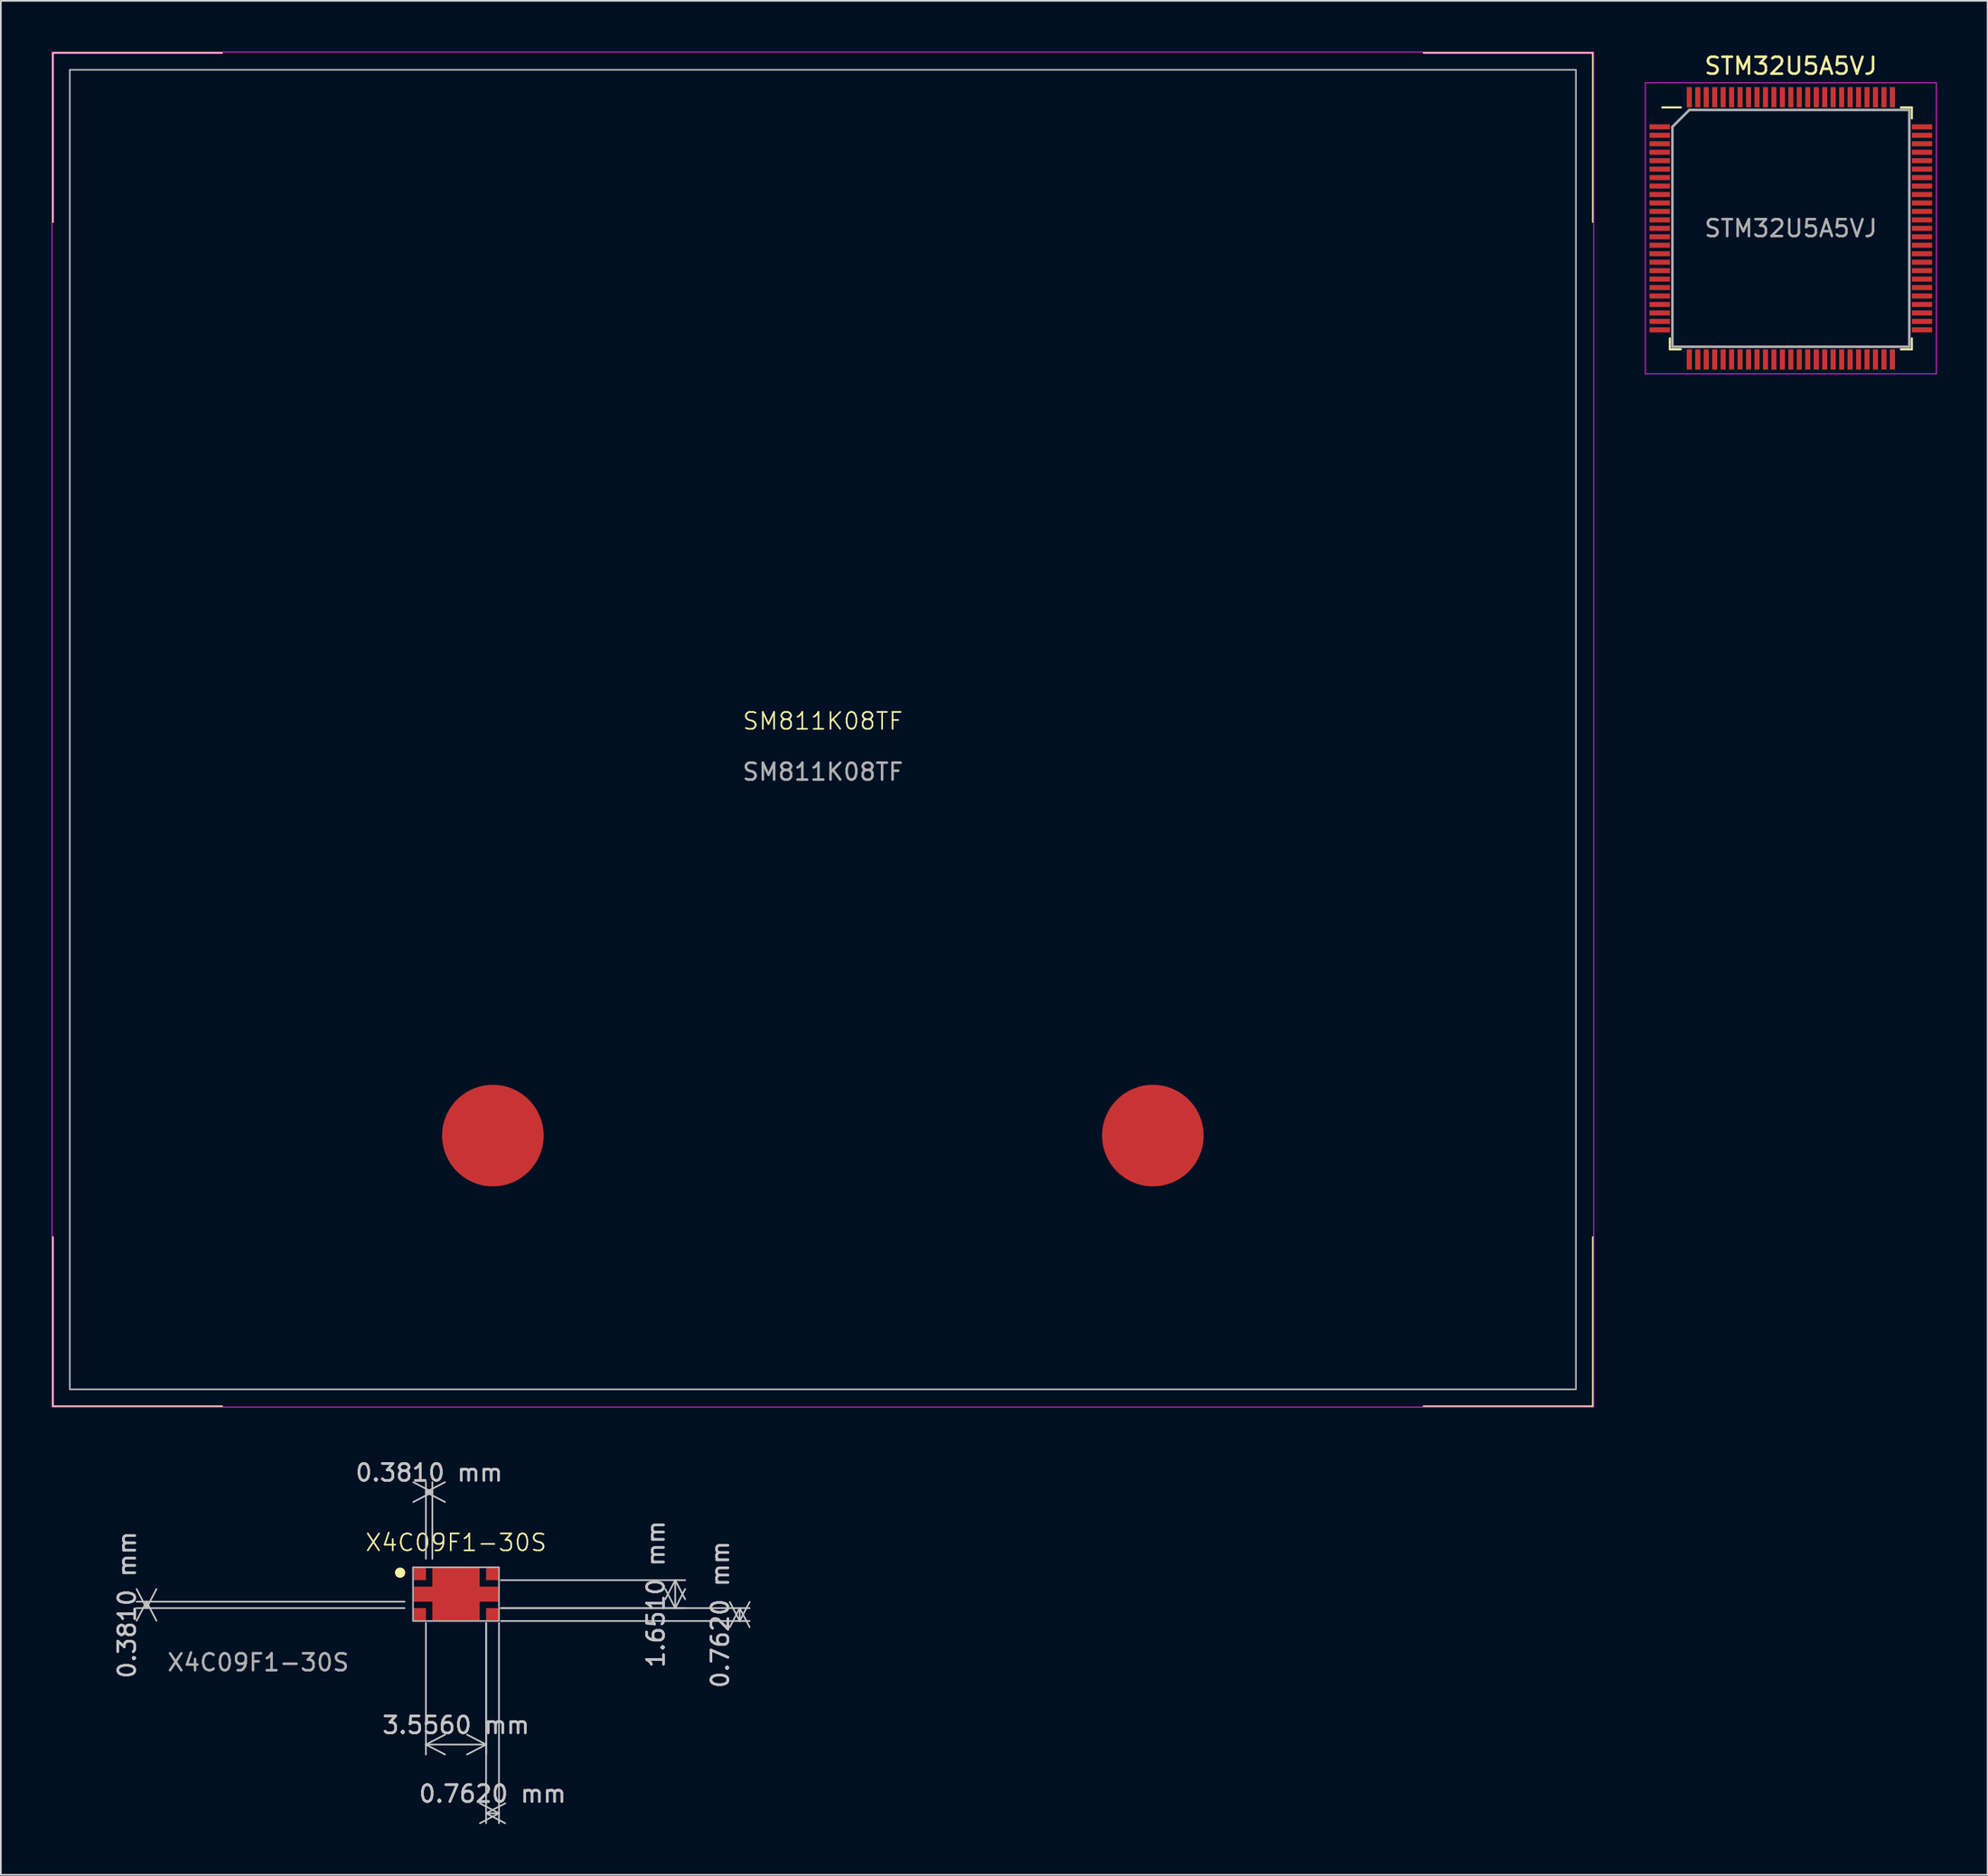
<source format=kicad_pcb>
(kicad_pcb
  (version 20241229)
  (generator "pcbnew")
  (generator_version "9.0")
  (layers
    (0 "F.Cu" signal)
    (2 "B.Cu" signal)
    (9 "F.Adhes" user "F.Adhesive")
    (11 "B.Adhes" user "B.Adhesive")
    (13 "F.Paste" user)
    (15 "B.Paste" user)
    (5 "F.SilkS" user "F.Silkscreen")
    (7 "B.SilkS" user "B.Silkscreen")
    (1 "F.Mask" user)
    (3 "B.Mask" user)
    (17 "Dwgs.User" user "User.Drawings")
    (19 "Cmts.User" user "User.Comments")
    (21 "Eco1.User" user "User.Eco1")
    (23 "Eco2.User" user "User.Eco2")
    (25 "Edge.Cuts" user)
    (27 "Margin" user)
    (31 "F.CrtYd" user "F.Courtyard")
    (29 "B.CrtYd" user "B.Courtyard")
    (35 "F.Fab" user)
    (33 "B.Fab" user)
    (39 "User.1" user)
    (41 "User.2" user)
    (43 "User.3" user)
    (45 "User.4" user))
  (footprint "STM32U5A5VJ"
    (layer "F.Cu")
    (at 102.775 10.448)
    (property "Reference" "STM32U5A5VJ" (at 0 -9.6 0) (layer "F.SilkS") (effects (font (size 1 1) (thickness 0.15))))
    (attr smd)
    (fp_line (start -7.15 7.15) (end -7.15 6.5) (stroke (width 0.12) (type default)) (layer "F.SilkS"))
    (fp_line (start -6.5 -7.15) (end -7.6 -7.15) (stroke (width 0.12) (type default)) (layer "F.SilkS"))
    (fp_line (start -6.5 7.15) (end -7.15 7.15) (stroke (width 0.12) (type default)) (layer "F.SilkS"))
    (fp_line (start 6.5 -7.15) (end 7.15 -7.15) (stroke (width 0.12) (type default)) (layer "F.SilkS"))
    (fp_line (start 6.5 7.15) (end 7.15 7.15) (stroke (width 0.12) (type default)) (layer "F.SilkS"))
    (fp_line (start 7.15 -7.15) (end 7.15 -6.5) (stroke (width 0.12) (type default)) (layer "F.SilkS"))
    (fp_line (start 7.15 7.15) (end 7.15 6.5) (stroke (width 0.12) (type default)) (layer "F.SilkS"))
    (fp_line (start -8.6 -8.6) (end 8.6 -8.6) (stroke (width 0.05) (type default)) (layer "F.CrtYd"))
    (fp_line (start -8.6 8.6) (end -8.6 -8.6) (stroke (width 0.05) (type default)) (layer "F.CrtYd"))
    (fp_line (start 8.6 -8.6) (end 8.6 8.6) (stroke (width 0.05) (type default)) (layer "F.CrtYd"))
    (fp_line (start 8.6 8.6) (end -8.6 8.6) (stroke (width 0.05) (type default)) (layer "F.CrtYd"))
    (fp_line (start -7 -6) (end -7 7) (stroke (width 0.15) (type default)) (layer "F.Fab"))
    (fp_line (start -7 7) (end 7 7) (stroke (width 0.15) (type default)) (layer "F.Fab"))
    (fp_line (start -6 -7) (end -7 -6) (stroke (width 0.15) (type default)) (layer "F.Fab"))
    (fp_line (start 7 -7) (end -6 -7) (stroke (width 0.15) (type default)) (layer "F.Fab"))
    (fp_line (start 7 7) (end 7 -7) (stroke (width 0.15) (type default)) (layer "F.Fab"))
    (fp_text user "${REFERENCE}" (at 0 0 0) (layer "F.Fab") (effects (font (size 1 1) (thickness 0.15))))
    (pad "1" smd rect (at -7.75 -6 90) (size 0.3 1.2) (layers "F.Cu" "F.Mask" "F.Paste"))
    (pad "2" smd rect (at -7.75 -5.5 90) (size 0.3 1.2) (layers "F.Cu" "F.Mask" "F.Paste"))
    (pad "3" smd rect (at -7.75 -5 90) (size 0.3 1.2) (layers "F.Cu" "F.Mask" "F.Paste"))
    (pad "4" smd rect (at -7.75 -4.5 90) (size 0.3 1.2) (layers "F.Cu" "F.Mask" "F.Paste"))
    (pad "5" smd rect (at -7.75 -4 90) (size 0.3 1.2) (layers "F.Cu" "F.Mask" "F.Paste"))
    (pad "6" smd rect (at -7.75 -3.5 90) (size 0.3 1.2) (layers "F.Cu" "F.Mask" "F.Paste"))
    (pad "7" smd rect (at -7.75 -3 90) (size 0.3 1.2) (layers "F.Cu" "F.Mask" "F.Paste"))
    (pad "8" smd rect (at -7.75 -2.5 90) (size 0.3 1.2) (layers "F.Cu" "F.Mask" "F.Paste"))
    (pad "9" smd rect (at -7.75 -2 90) (size 0.3 1.2) (layers "F.Cu" "F.Mask" "F.Paste"))
    (pad "10" smd rect (at -7.75 -1.5 90) (size 0.3 1.2) (layers "F.Cu" "F.Mask" "F.Paste"))
    (pad "11" smd rect (at -7.75 -1 90) (size 0.3 1.2) (layers "F.Cu" "F.Mask" "F.Paste"))
    (pad "12" smd rect (at -7.75 -0.5 90) (size 0.3 1.2) (layers "F.Cu" "F.Mask" "F.Paste"))
    (pad "13" smd rect (at -7.75 0 90) (size 0.3 1.2) (layers "F.Cu" "F.Mask" "F.Paste"))
    (pad "14" smd rect (at -7.75 0.5 90) (size 0.3 1.2) (layers "F.Cu" "F.Mask" "F.Paste"))
    (pad "15" smd rect (at -7.75 1 90) (size 0.3 1.2) (layers "F.Cu" "F.Mask" "F.Paste"))
    (pad "16" smd rect (at -7.75 1.5 90) (size 0.3 1.2) (layers "F.Cu" "F.Mask" "F.Paste"))
    (pad "17" smd rect (at -7.75 2 90) (size 0.3 1.2) (layers "F.Cu" "F.Mask" "F.Paste"))
    (pad "18" smd rect (at -7.75 2.5 90) (size 0.3 1.2) (layers "F.Cu" "F.Mask" "F.Paste"))
    (pad "19" smd rect (at -7.75 3 90) (size 0.3 1.2) (layers "F.Cu" "F.Mask" "F.Paste"))
    (pad "20" smd rect (at -7.75 3.5 90) (size 0.3 1.2) (layers "F.Cu" "F.Mask" "F.Paste"))
    (pad "21" smd rect (at -7.75 4 90) (size 0.3 1.2) (layers "F.Cu" "F.Mask" "F.Paste"))
    (pad "22" smd rect (at -7.75 4.5 90) (size 0.3 1.2) (layers "F.Cu" "F.Mask" "F.Paste"))
    (pad "23" smd rect (at -7.75 5 90) (size 0.3 1.2) (layers "F.Cu" "F.Mask" "F.Paste"))
    (pad "24" smd rect (at -7.75 5.5 90) (size 0.3 1.2) (layers "F.Cu" "F.Mask" "F.Paste"))
    (pad "25" smd rect (at -7.75 6 90) (size 0.3 1.2) (layers "F.Cu" "F.Mask" "F.Paste"))
    (pad "26" smd rect (at -6 7.75) (size 0.3 1.2) (layers "F.Cu" "F.Mask" "F.Paste"))
    (pad "27" smd rect (at -5.5 7.75) (size 0.3 1.2) (layers "F.Cu" "F.Mask" "F.Paste"))
    (pad "28" smd rect (at -5 7.75) (size 0.3 1.2) (layers "F.Cu" "F.Mask" "F.Paste"))
    (pad "29" smd rect (at -4.5 7.75) (size 0.3 1.2) (layers "F.Cu" "F.Mask" "F.Paste"))
    (pad "30" smd rect (at -4 7.75) (size 0.3 1.2) (layers "F.Cu" "F.Mask" "F.Paste"))
    (pad "31" smd rect (at -3.5 7.75) (size 0.3 1.2) (layers "F.Cu" "F.Mask" "F.Paste"))
    (pad "32" smd rect (at -3 7.75) (size 0.3 1.2) (layers "F.Cu" "F.Mask" "F.Paste"))
    (pad "33" smd rect (at -2.5 7.75) (size 0.3 1.2) (layers "F.Cu" "F.Mask" "F.Paste"))
    (pad "34" smd rect (at -2 7.75) (size 0.3 1.2) (layers "F.Cu" "F.Mask" "F.Paste"))
    (pad "35" smd rect (at -1.5 7.75) (size 0.3 1.2) (layers "F.Cu" "F.Mask" "F.Paste"))
    (pad "36" smd rect (at -1 7.75) (size 0.3 1.2) (layers "F.Cu" "F.Mask" "F.Paste"))
    (pad "37" smd rect (at -0.5 7.75) (size 0.3 1.2) (layers "F.Cu" "F.Mask" "F.Paste"))
    (pad "38" smd rect (at 0 7.75) (size 0.3 1.2) (layers "F.Cu" "F.Mask" "F.Paste"))
    (pad "39" smd rect (at 0.5 7.75) (size 0.3 1.2) (layers "F.Cu" "F.Mask" "F.Paste"))
    (pad "40" smd rect (at 1 7.75) (size 0.3 1.2) (layers "F.Cu" "F.Mask" "F.Paste"))
    (pad "41" smd rect (at 1.5 7.75) (size 0.3 1.2) (layers "F.Cu" "F.Mask" "F.Paste"))
    (pad "42" smd rect (at 2 7.75) (size 0.3 1.2) (layers "F.Cu" "F.Mask" "F.Paste"))
    (pad "43" smd rect (at 2.5 7.75) (size 0.3 1.2) (layers "F.Cu" "F.Mask" "F.Paste"))
    (pad "44" smd rect (at 3 7.75) (size 0.3 1.2) (layers "F.Cu" "F.Mask" "F.Paste"))
    (pad "45" smd rect (at 3.5 7.75) (size 0.3 1.2) (layers "F.Cu" "F.Mask" "F.Paste"))
    (pad "46" smd rect (at 4 7.75) (size 0.3 1.2) (layers "F.Cu" "F.Mask" "F.Paste"))
    (pad "47" smd rect (at 4.5 7.75) (size 0.3 1.2) (layers "F.Cu" "F.Mask" "F.Paste"))
    (pad "48" smd rect (at 5 7.75) (size 0.3 1.2) (layers "F.Cu" "F.Mask" "F.Paste"))
    (pad "49" smd rect (at 5.5 7.75) (size 0.3 1.2) (layers "F.Cu" "F.Mask" "F.Paste"))
    (pad "50" smd rect (at 6 7.75) (size 0.3 1.2) (layers "F.Cu" "F.Mask" "F.Paste"))
    (pad "51" smd rect (at 7.75 6 90) (size 0.3 1.2) (layers "F.Cu" "F.Mask" "F.Paste"))
    (pad "52" smd rect (at 7.75 5.5 90) (size 0.3 1.2) (layers "F.Cu" "F.Mask" "F.Paste"))
    (pad "53" smd rect (at 7.75 5 90) (size 0.3 1.2) (layers "F.Cu" "F.Mask" "F.Paste"))
    (pad "54" smd rect (at 7.75 4.5 90) (size 0.3 1.2) (layers "F.Cu" "F.Mask" "F.Paste"))
    (pad "55" smd rect (at 7.75 4 90) (size 0.3 1.2) (layers "F.Cu" "F.Mask" "F.Paste"))
    (pad "56" smd rect (at 7.75 3.5 90) (size 0.3 1.2) (layers "F.Cu" "F.Mask" "F.Paste"))
    (pad "57" smd rect (at 7.75 3 90) (size 0.3 1.2) (layers "F.Cu" "F.Mask" "F.Paste"))
    (pad "58" smd rect (at 7.75 2.5 90) (size 0.3 1.2) (layers "F.Cu" "F.Mask" "F.Paste"))
    (pad "59" smd rect (at 7.75 2 90) (size 0.3 1.2) (layers "F.Cu" "F.Mask" "F.Paste"))
    (pad "60" smd rect (at 7.75 1.5 90) (size 0.3 1.2) (layers "F.Cu" "F.Mask" "F.Paste"))
    (pad "61" smd rect (at 7.75 1 90) (size 0.3 1.2) (layers "F.Cu" "F.Mask" "F.Paste"))
    (pad "62" smd rect (at 7.75 0.5 90) (size 0.3 1.2) (layers "F.Cu" "F.Mask" "F.Paste"))
    (pad "63" smd rect (at 7.75 0 90) (size 0.3 1.2) (layers "F.Cu" "F.Mask" "F.Paste"))
    (pad "64" smd rect (at 7.75 -0.5 90) (size 0.3 1.2) (layers "F.Cu" "F.Mask" "F.Paste"))
    (pad "65" smd rect (at 7.75 -1 90) (size 0.3 1.2) (layers "F.Cu" "F.Mask" "F.Paste"))
    (pad "66" smd rect (at 7.75 -1.5 90) (size 0.3 1.2) (layers "F.Cu" "F.Mask" "F.Paste"))
    (pad "67" smd rect (at 7.75 -2 90) (size 0.3 1.2) (layers "F.Cu" "F.Mask" "F.Paste"))
    (pad "68" smd rect (at 7.75 -2.5 90) (size 0.3 1.2) (layers "F.Cu" "F.Mask" "F.Paste"))
    (pad "69" smd rect (at 7.75 -3 90) (size 0.3 1.2) (layers "F.Cu" "F.Mask" "F.Paste"))
    (pad "70" smd rect (at 7.75 -3.5 90) (size 0.3 1.2) (layers "F.Cu" "F.Mask" "F.Paste"))
    (pad "71" smd rect (at 7.75 -4 90) (size 0.3 1.2) (layers "F.Cu" "F.Mask" "F.Paste"))
    (pad "72" smd rect (at 7.75 -4.5 90) (size 0.3 1.2) (layers "F.Cu" "F.Mask" "F.Paste"))
    (pad "73" smd rect (at 7.75 -5 90) (size 0.3 1.2) (layers "F.Cu" "F.Mask" "F.Paste"))
    (pad "74" smd rect (at 7.75 -5.5 90) (size 0.3 1.2) (layers "F.Cu" "F.Mask" "F.Paste"))
    (pad "75" smd rect (at 7.75 -6 90) (size 0.3 1.2) (layers "F.Cu" "F.Mask" "F.Paste"))
    (pad "76" smd rect (at 6 -7.75) (size 0.3 1.2) (layers "F.Cu" "F.Mask" "F.Paste"))
    (pad "77" smd rect (at 5.5 -7.75) (size 0.3 1.2) (layers "F.Cu" "F.Mask" "F.Paste"))
    (pad "78" smd rect (at 5 -7.75) (size 0.3 1.2) (layers "F.Cu" "F.Mask" "F.Paste"))
    (pad "79" smd rect (at 4.5 -7.75) (size 0.3 1.2) (layers "F.Cu" "F.Mask" "F.Paste"))
    (pad "80" smd rect (at 4 -7.75) (size 0.3 1.2) (layers "F.Cu" "F.Mask" "F.Paste"))
    (pad "81" smd rect (at 3.5 -7.75) (size 0.3 1.2) (layers "F.Cu" "F.Mask" "F.Paste"))
    (pad "82" smd rect (at 3 -7.75) (size 0.3 1.2) (layers "F.Cu" "F.Mask" "F.Paste"))
    (pad "83" smd rect (at 2.5 -7.75) (size 0.3 1.2) (layers "F.Cu" "F.Mask" "F.Paste"))
    (pad "84" smd rect (at 2 -7.75) (size 0.3 1.2) (layers "F.Cu" "F.Mask" "F.Paste"))
    (pad "85" smd rect (at 1.5 -7.75) (size 0.3 1.2) (layers "F.Cu" "F.Mask" "F.Paste"))
    (pad "86" smd rect (at 1 -7.75) (size 0.3 1.2) (layers "F.Cu" "F.Mask" "F.Paste"))
    (pad "87" smd rect (at 0.5 -7.75) (size 0.3 1.2) (layers "F.Cu" "F.Mask" "F.Paste"))
    (pad "88" smd rect (at 0 -7.75) (size 0.3 1.2) (layers "F.Cu" "F.Mask" "F.Paste"))
    (pad "89" smd rect (at -0.5 -7.75) (size 0.3 1.2) (layers "F.Cu" "F.Mask" "F.Paste"))
    (pad "90" smd rect (at -1 -7.75) (size 0.3 1.2) (layers "F.Cu" "F.Mask" "F.Paste"))
    (pad "91" smd rect (at -1.5 -7.75) (size 0.3 1.2) (layers "F.Cu" "F.Mask" "F.Paste"))
    (pad "92" smd rect (at -2 -7.75) (size 0.3 1.2) (layers "F.Cu" "F.Mask" "F.Paste"))
    (pad "93" smd rect (at -2.5 -7.75) (size 0.3 1.2) (layers "F.Cu" "F.Mask" "F.Paste"))
    (pad "94" smd rect (at -3 -7.75) (size 0.3 1.2) (layers "F.Cu" "F.Mask" "F.Paste"))
    (pad "95" smd rect (at -3.5 -7.75) (size 0.3 1.2) (layers "F.Cu" "F.Mask" "F.Paste"))
    (pad "96" smd rect (at -4 -7.75) (size 0.3 1.2) (layers "F.Cu" "F.Mask" "F.Paste"))
    (pad "97" smd rect (at -4.5 -7.75) (size 0.3 1.2) (layers "F.Cu" "F.Mask" "F.Paste"))
    (pad "98" smd rect (at -5 -7.75) (size 0.3 1.2) (layers "F.Cu" "F.Mask" "F.Paste"))
    (pad "99" smd rect (at -5.5 -7.75) (size 0.3 1.2) (layers "F.Cu" "F.Mask" "F.Paste"))
    (pad "100" smd rect (at -6 -7.75) (size 0.3 1.2) (layers "F.Cu" "F.Mask" "F.Paste")))
  (footprint "SM811K08TF"
    (layer "F.Cu")
    (at 45.575 40.075)
    (property "Reference" "SM811K08TF" (at 0 -0.5 0) (unlocked yes) (layer "F.SilkS") (effects (font (size 1 1) (thickness 0.1))))
    (attr smd)
    (fp_line (start -45.5 -40) (end -45.5 -30) (stroke (width 0.1) (type default)) (layer "F.SilkS"))
    (fp_line (start -45.5 -40) (end -35.5 -40) (stroke (width 0.1) (type default)) (layer "F.SilkS"))
    (fp_line (start -45.5 40) (end -45.5 30) (stroke (width 0.1) (type default)) (layer "F.SilkS"))
    (fp_line (start -45.5 40) (end -35.5 40) (stroke (width 0.1) (type default)) (layer "F.SilkS"))
    (fp_line (start 45.5 -40) (end 35.5 -40) (stroke (width 0.1) (type default)) (layer "F.SilkS"))
    (fp_line (start 45.5 -40) (end 45.5 -30) (stroke (width 0.1) (type default)) (layer "F.SilkS"))
    (fp_line (start 45.5 40) (end 35.5 40) (stroke (width 0.1) (type default)) (layer "F.SilkS"))
    (fp_line (start 45.5 40) (end 45.5 30) (stroke (width 0.1) (type default)) (layer "F.SilkS"))
    (fp_rect (start -45.55 -40.05) (end 45.55 40.05) (stroke (width 0.05) (type default)) (fill no) (layer "F.CrtYd"))
    (fp_rect (start -44.5 -39) (end 44.5 39) (stroke (width 0.1) (type default)) (fill no) (layer "F.Fab"))
    (fp_text user "${REFERENCE}" (at 0 2.5 0) (unlocked yes) (layer "F.Fab") (effects (font (size 1 1) (thickness 0.15))))
    (pad "+" smd circle (at 19.5 24) (size 6 6) (layers "F.Cu" "F.Mask" "F.Paste"))
    (pad "-" smd circle (at -19.5 24) (size 6 6) (layers "F.Cu" "F.Mask" "F.Paste")))
  (footprint "X4C09F1-30S"
    (layer "F.Cu")
    (at 23.896 91.181)
    (property "Reference" "X4C09F1-30S" (at 0 -3.048 0) (unlocked yes) (layer "F.SilkS") (effects (font (size 1 1) (thickness 0.1))))
    (attr smd)
    (fp_circle (center -3.302 -1.27) (end -3.048 -1.27) (stroke (width 0.1) (type solid)) (fill yes) (layer "F.SilkS"))
    (fp_rect (start -2.54 -1.587) (end 2.54 1.587) (stroke (width 0.1) (type default)) (fill no) (layer "F.Fab"))
    (fp_text user "${REFERENCE}" (at -11.684 4.04 0) (unlocked yes) (layer "F.Fab") (effects (font (size 1 1) (thickness 0.15))))
    (dimension (type aligned) (layer "Dwgs.User") (pts (xy 26.436 92.387) (xy 25.674 92.387)) (height -11.748) (format (prefix "") (suffix "") (units 3) (units_format 1) (precision 4)) (style (thickness 0.1) (arrow_length 1.27) (text_position_mode 0) (arrow_direction outward) (extension_height 0.586) (extension_offset 0.5) (keep_text_aligned yes)) (gr_text "0.7620 mm" (at 26.055 102.985 0) (layer "Dwgs.User") (effects (font (size 1 1) (thickness 0.15)))))
    (dimension (type aligned) (layer "Dwgs.User") (pts (xy 26.055 90.355) (xy 26.055 92.006)) (height -10.795) (format (prefix "") (suffix "") (units 3) (units_format 1) (precision 4)) (style (thickness 0.1) (arrow_length 1.27) (text_position_mode 0) (arrow_direction outward) (extension_height 0.586) (extension_offset 0.5) (keep_text_aligned yes)) (gr_text "1.6510 mm" (at 35.7 91.181 90) (layer "Dwgs.User") (effects (font (size 1 1) (thickness 0.15)))))
    (dimension (type aligned) (layer "Dwgs.User") (pts (xy 22.118 89.593) (xy 22.499 89.593)) (height -4.445) (format (prefix "") (suffix "") (units 3) (units_format 1) (precision 4)) (style (thickness 0.1) (arrow_length 1.27) (text_position_mode 0) (arrow_direction outward) (extension_height 0.586) (extension_offset 0.5) (keep_text_aligned yes)) (gr_text "0.3810 mm" (at 22.309 83.998 0) (layer "Dwgs.User") (effects (font (size 1 1) (thickness 0.15)))))
    (dimension (type aligned) (layer "Dwgs.User") (pts (xy 21.356 92.006) (xy 21.356 91.625)) (height -15.748) (format (prefix "") (suffix "") (units 3) (units_format 1) (precision 4)) (style (thickness 0.1) (arrow_length 1.27) (text_position_mode 0) (arrow_direction outward) (extension_height 0.586) (extension_offset 0.5) (keep_text_aligned yes)) (gr_text "0.3810 mm" (at 4.458 91.816 90) (layer "Dwgs.User") (effects (font (size 1 1) (thickness 0.15)))))
    (dimension (type aligned) (layer "Dwgs.User") (pts (xy 22.118 92.387) (xy 25.674 92.387)) (height 7.684) (format (prefix "") (suffix "") (units 3) (units_format 1) (precision 4)) (style (thickness 0.1) (arrow_length 1.27) (text_position_mode 0) (arrow_direction outward) (extension_height 0.586) (extension_offset 0.5) (keep_text_aligned yes)) (gr_text "3.5560 mm" (at 23.896 98.921 0) (layer "Dwgs.User") (effects (font (size 1 1) (thickness 0.15)))))
    (dimension (type aligned) (layer "Dwgs.User") (pts (xy 26.055 92.768) (xy 26.055 92.006)) (height 14.605) (format (prefix "") (suffix "") (units 3) (units_format 1) (precision 4)) (style (thickness 0.1) (arrow_length 1.27) (text_position_mode 0) (arrow_direction outward) (extension_height 0.586) (extension_offset 0.5) (keep_text_aligned yes)) (gr_text "0.7620 mm" (at 39.51 92.387 90) (layer "Dwgs.User") (effects (font (size 1 1) (thickness 0.15)))))
    (pad "1" smd rect (at -2.159 -1.206) (size 0.762 0.762) (layers "F.Cu" "F.Mask" "F.Paste"))
    (pad "2" smd rect (at 2.159 -1.206) (size 0.762 0.762) (layers "F.Cu" "F.Mask" "F.Paste"))
    (pad "3" smd rect (at -2.159 1.206) (size 0.762 0.762) (layers "F.Cu" "F.Mask" "F.Paste"))
    (pad "4" smd rect (at 2.159 1.206) (size 0.762 0.762) (layers "F.Cu" "F.Mask" "F.Paste"))
    (pad "GND" smd custom (at 0 0) (size 1.651 0.889) (layers "F.Cu" "F.Mask" "F.Paste") (options (anchor rect)) (primitives (gr_poly (pts (xy 2.54 0.445) (xy 1.397 0.445) (xy 1.397 1.587) (xy -1.397 1.587) (xy -1.397 0.445) (xy -2.54 0.445) (xy -2.54 -0.445) (xy -1.397 -0.445) (xy -1.397 -1.587) (xy 1.397 -1.587) (xy 1.397 -0.445) (xy 2.54 -0.445)) (width 0) (fill yes)))))
  (gr_rect
    (start -3 -3)
    (end 114.4 107.771)
    (stroke (width 0.1) (type default))
    (fill no)
    (layer "Edge.Cuts")))
</source>
